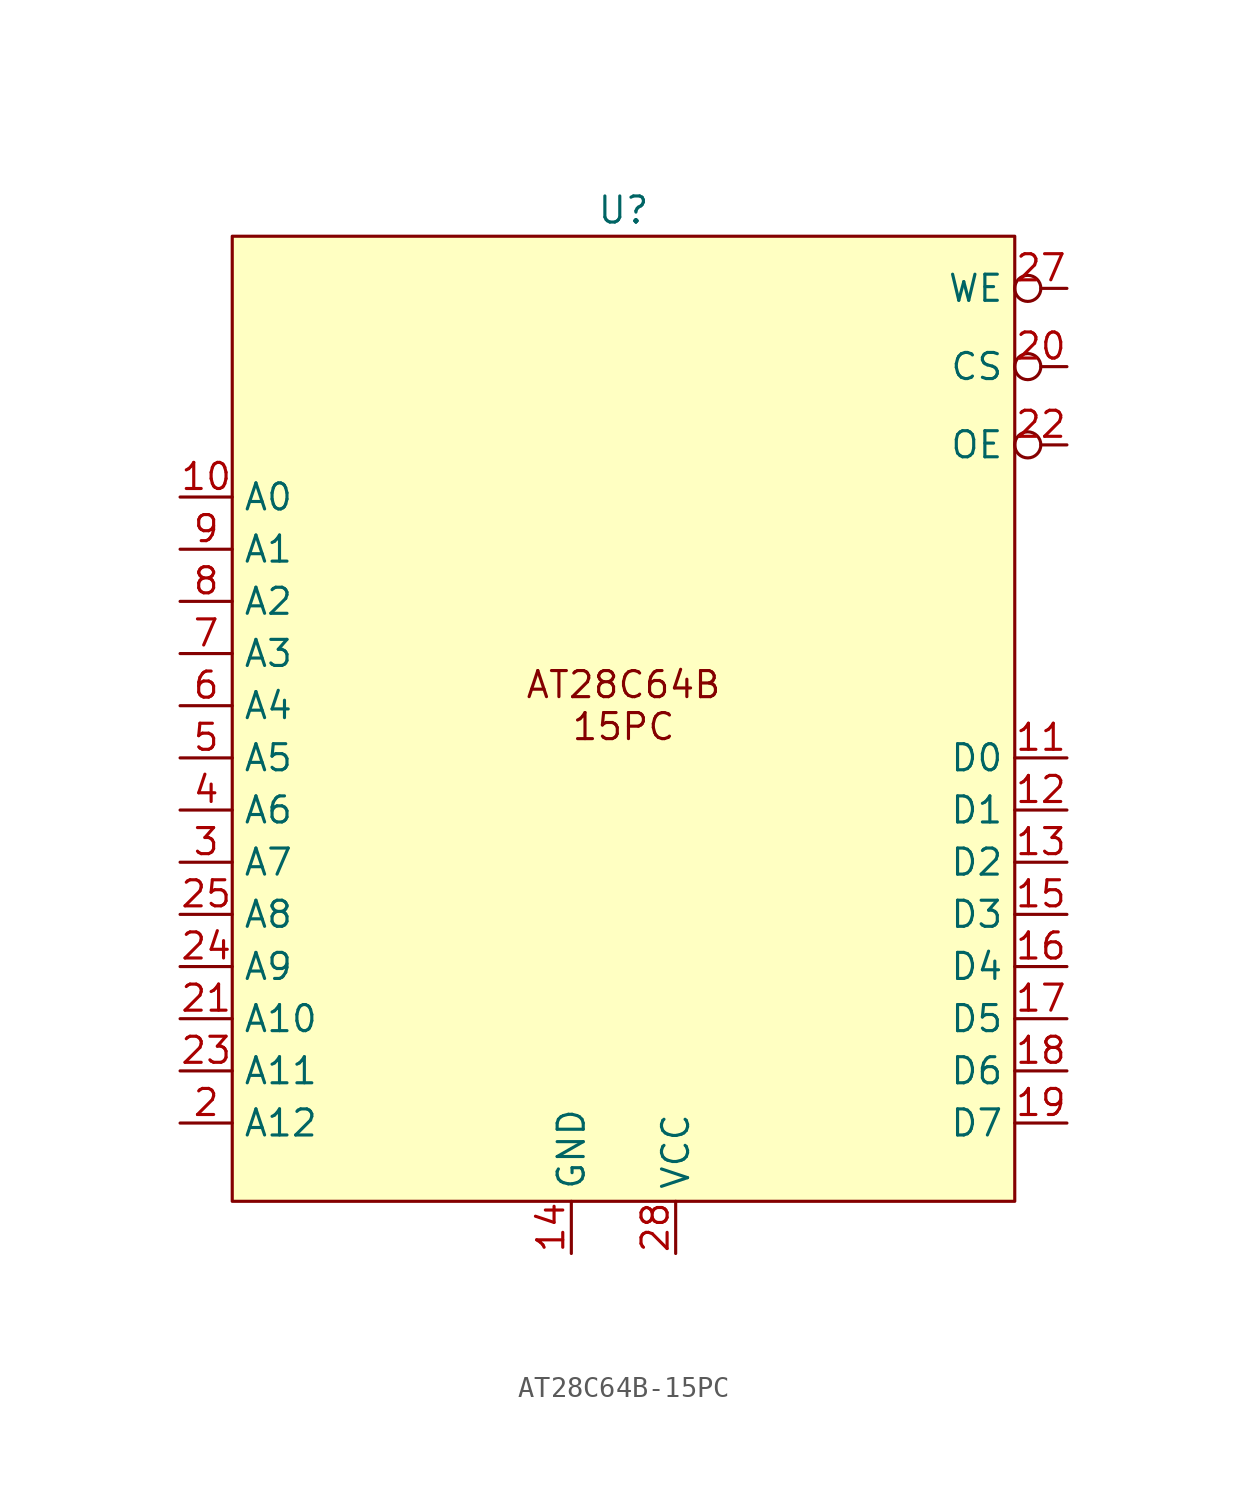
<source format=kicad_sym>
(kicad_symbol_lib
  (version 20220914)
  (generator kicad_symbol_editor)
  (symbol "AT28C64B-15PC"
    (property "Reference" "U"
      (at 0 24.13 0)
      (effects (font (size 1.27 1.27))))
    (property "Value" ""
      (at 0 0 0)
      (effects (font (size 1.27 1.27))))
    (symbol "AT28C64B-15PC_1_1"
      (rectangle (start -19.05 22.86) (end 19.05 -24.13) (stroke (width 0) (type default)) (fill (type background)))
      (text "AT28C64B\n15PC" (at 0 0 0) (effects (font (size 1.27 1.27))))
      (pin input line (at -21.59 10.16 0) (length 2.54) (name "A0" (effects (font (size 1.27 1.27)))) (number "10" (effects (font (size 1.27 1.27)))))
      (pin bidirectional line (at 21.59 -2.54 180) (length 2.54) (name "D0" (effects (font (size 1.27 1.27)))) (number "11" (effects (font (size 1.27 1.27)))))
      (pin bidirectional line (at 21.59 -5.08 180) (length 2.54) (name "D1" (effects (font (size 1.27 1.27)))) (number "12" (effects (font (size 1.27 1.27)))))
      (pin bidirectional line (at 21.59 -7.62 180) (length 2.54) (name "D2" (effects (font (size 1.27 1.27)))) (number "13" (effects (font (size 1.27 1.27)))))
      (pin input line (at -2.54 -26.67 90) (length 2.54) (name "GND" (effects (font (size 1.27 1.27)))) (number "14" (effects (font (size 1.27 1.27)))))
      (pin bidirectional line (at 21.59 -10.16 180) (length 2.54) (name "D3" (effects (font (size 1.27 1.27)))) (number "15" (effects (font (size 1.27 1.27)))))
      (pin bidirectional line (at 21.59 -12.7 180) (length 2.54) (name "D4" (effects (font (size 1.27 1.27)))) (number "16" (effects (font (size 1.27 1.27)))))
      (pin bidirectional line (at 21.59 -15.24 180) (length 2.54) (name "D5" (effects (font (size 1.27 1.27)))) (number "17" (effects (font (size 1.27 1.27)))))
      (pin bidirectional line (at 21.59 -17.78 180) (length 2.54) (name "D6" (effects (font (size 1.27 1.27)))) (number "18" (effects (font (size 1.27 1.27)))))
      (pin bidirectional line (at 21.59 -20.32 180) (length 2.54) (name "D7" (effects (font (size 1.27 1.27)))) (number "19" (effects (font (size 1.27 1.27)))))
      (pin input line (at -21.59 -20.32 0) (length 2.54) (name "A12" (effects (font (size 1.27 1.27)))) (number "2" (effects (font (size 1.27 1.27)))))
      (pin input inverted (at 21.59 16.51 180) (length 2.54) (name "CS" (effects (font (size 1.27 1.27)))) (number "20" (effects (font (size 1.27 1.27)))))
      (pin input line (at -21.59 -15.24 0) (length 2.54) (name "A10" (effects (font (size 1.27 1.27)))) (number "21" (effects (font (size 1.27 1.27)))))
      (pin input inverted (at 21.59 12.7 180) (length 2.54) (name "OE" (effects (font (size 1.27 1.27)))) (number "22" (effects (font (size 1.27 1.27)))))
      (pin input line (at -21.59 -17.78 0) (length 2.54) (name "A11" (effects (font (size 1.27 1.27)))) (number "23" (effects (font (size 1.27 1.27)))))
      (pin input line (at -21.59 -12.7 0) (length 2.54) (name "A9" (effects (font (size 1.27 1.27)))) (number "24" (effects (font (size 1.27 1.27)))))
      (pin input line (at -21.59 -10.16 0) (length 2.54) (name "A8" (effects (font (size 1.27 1.27)))) (number "25" (effects (font (size 1.27 1.27)))))
      (pin input inverted (at 21.59 20.32 180) (length 2.54) (name "WE" (effects (font (size 1.27 1.27)))) (number "27" (effects (font (size 1.27 1.27)))))
      (pin input line (at 2.54 -26.67 90) (length 2.54) (name "VCC" (effects (font (size 1.27 1.27)))) (number "28" (effects (font (size 1.27 1.27)))))
      (pin input line (at -21.59 -7.62 0) (length 2.54) (name "A7" (effects (font (size 1.27 1.27)))) (number "3" (effects (font (size 1.27 1.27)))))
      (pin input line (at -21.59 -5.08 0) (length 2.54) (name "A6" (effects (font (size 1.27 1.27)))) (number "4" (effects (font (size 1.27 1.27)))))
      (pin input line (at -21.59 -2.54 0) (length 2.54) (name "A5" (effects (font (size 1.27 1.27)))) (number "5" (effects (font (size 1.27 1.27)))))
      (pin input line (at -21.59 0 0) (length 2.54) (name "A4" (effects (font (size 1.27 1.27)))) (number "6" (effects (font (size 1.27 1.27)))))
      (pin input line (at -21.59 2.54 0) (length 2.54) (name "A3" (effects (font (size 1.27 1.27)))) (number "7" (effects (font (size 1.27 1.27)))))
      (pin input line (at -21.59 5.08 0) (length 2.54) (name "A2" (effects (font (size 1.27 1.27)))) (number "8" (effects (font (size 1.27 1.27)))))
      (pin input line (at -21.59 7.62 0) (length 2.54) (name "A1" (effects (font (size 1.27 1.27)))) (number "9" (effects (font (size 1.27 1.27))))))))
</source>
